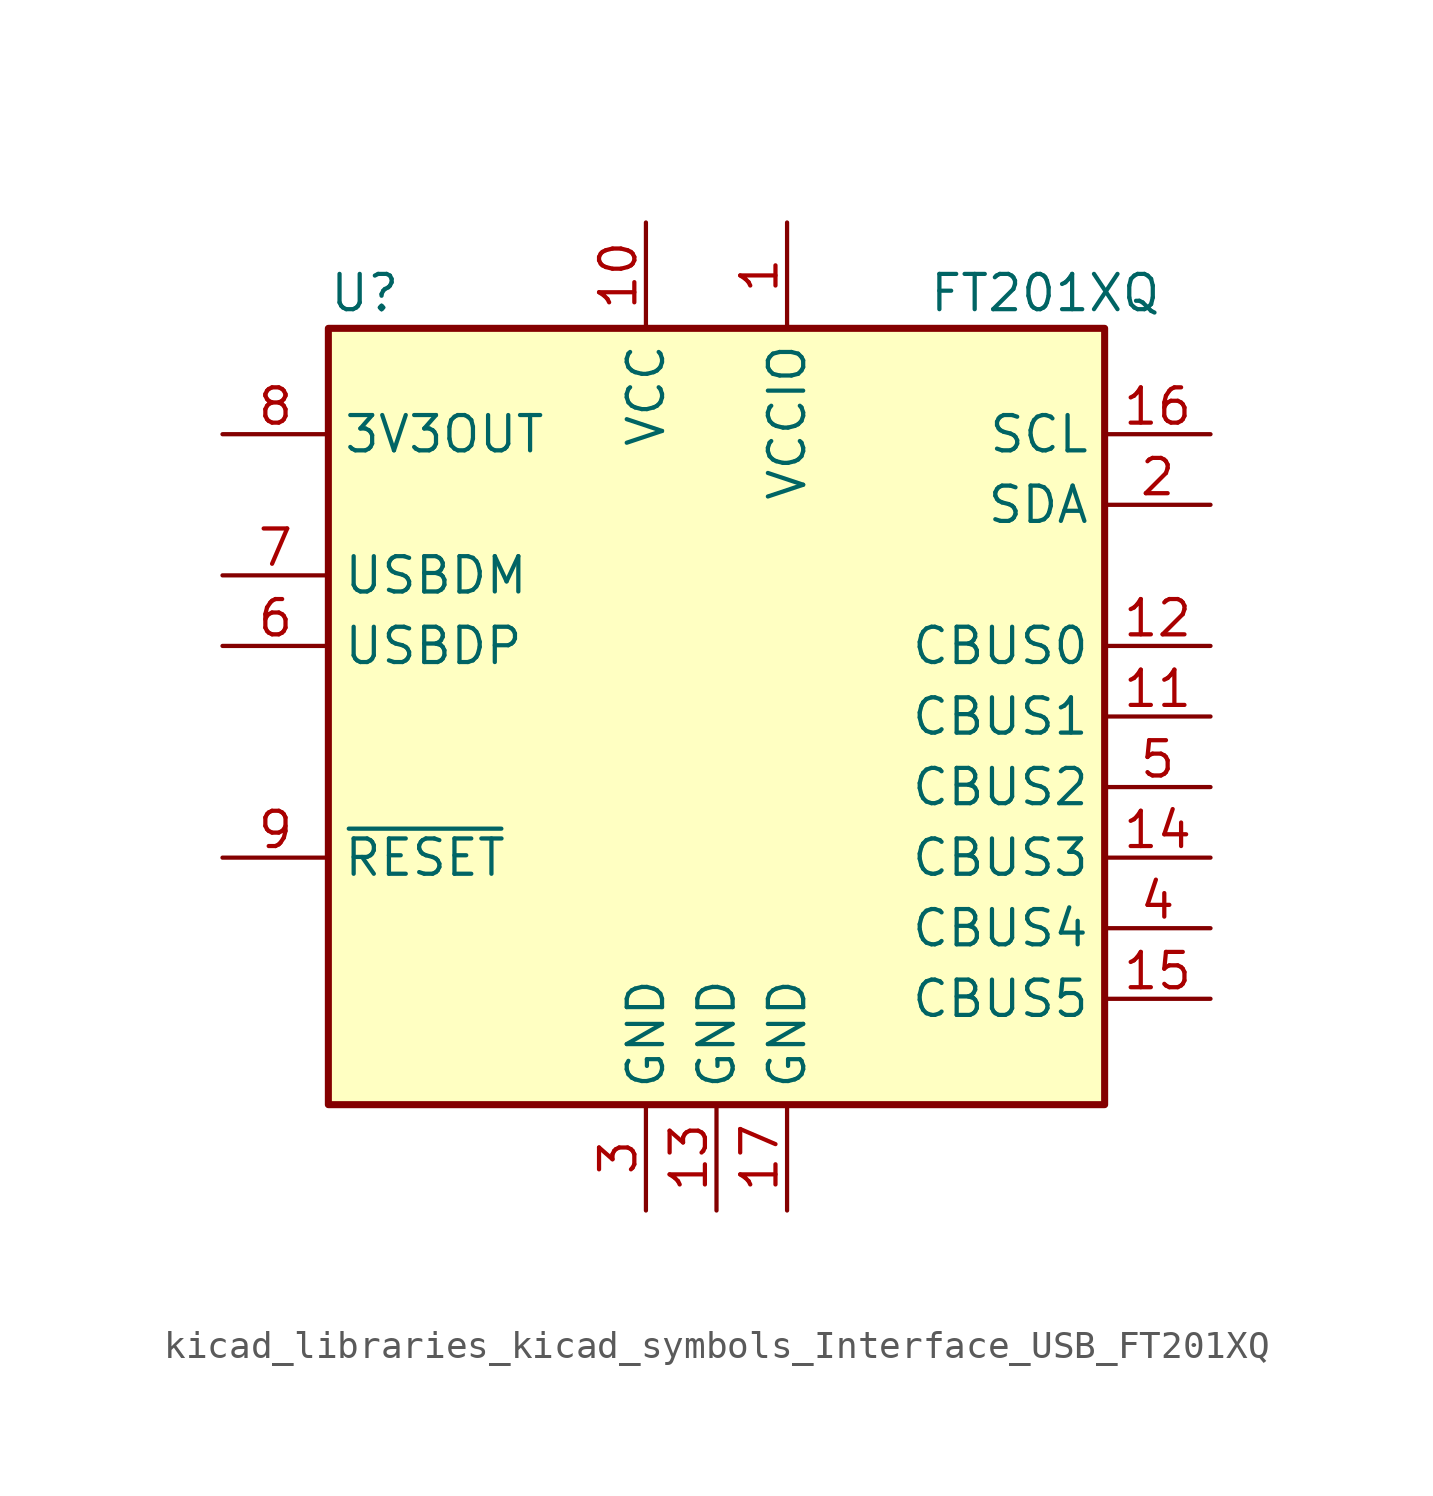
<source format=kicad_sym>
(kicad_symbol_lib
  (version 20220914)
  (generator kicad_symbol_editor)
  (symbol "kicad_libraries_kicad_symbols_Interface_USB_FT201XQ"
    (property "Reference" "U"
      (at -13.97 15.24 0)
      (effects (font (size 1.27 1.27)) (justify left)))
    (property "Value" "FT201XQ"
      (at 7.62 15.24 0)
      (effects (font (size 1.27 1.27)) (justify left)))
    (symbol "kicad_libraries_kicad_symbols_Interface_USB_FT201XQ_0_1"
      (rectangle (start -13.97 13.97) (end 13.97 -13.97) (stroke (width 0.254) (type default)) (fill (type background))))
    (symbol "kicad_libraries_kicad_symbols_Interface_USB_FT201XQ_1_1"
      (pin power_in line (at 2.54 17.78 270) (length 3.81) (name "VCCIO" (effects (font (size 1.27 1.27)))) (number "1" (effects (font (size 1.27 1.27)))))
      (pin power_in line (at -2.54 17.78 270) (length 3.81) (name "VCC" (effects (font (size 1.27 1.27)))) (number "10" (effects (font (size 1.27 1.27)))))
      (pin bidirectional line (at 17.78 0 180) (length 3.81) (name "CBUS1" (effects (font (size 1.27 1.27)))) (number "11" (effects (font (size 1.27 1.27)))))
      (pin bidirectional line (at 17.78 2.54 180) (length 3.81) (name "CBUS0" (effects (font (size 1.27 1.27)))) (number "12" (effects (font (size 1.27 1.27)))))
      (pin power_in line (at 0 -17.78 90) (length 3.81) (name "GND" (effects (font (size 1.27 1.27)))) (number "13" (effects (font (size 1.27 1.27)))))
      (pin bidirectional line (at 17.78 -5.08 180) (length 3.81) (name "CBUS3" (effects (font (size 1.27 1.27)))) (number "14" (effects (font (size 1.27 1.27)))))
      (pin bidirectional line (at 17.78 -10.16 180) (length 3.81) (name "CBUS5" (effects (font (size 1.27 1.27)))) (number "15" (effects (font (size 1.27 1.27)))))
      (pin input line (at 17.78 10.16 180) (length 3.81) (name "SCL" (effects (font (size 1.27 1.27)))) (number "16" (effects (font (size 1.27 1.27)))))
      (pin power_in line (at 2.54 -17.78 90) (length 3.81) (name "GND" (effects (font (size 1.27 1.27)))) (number "17" (effects (font (size 1.27 1.27)))))
      (pin bidirectional line (at 17.78 7.62 180) (length 3.81) (name "SDA" (effects (font (size 1.27 1.27)))) (number "2" (effects (font (size 1.27 1.27)))))
      (pin power_in line (at -2.54 -17.78 90) (length 3.81) (name "GND" (effects (font (size 1.27 1.27)))) (number "3" (effects (font (size 1.27 1.27)))))
      (pin bidirectional line (at 17.78 -7.62 180) (length 3.81) (name "CBUS4" (effects (font (size 1.27 1.27)))) (number "4" (effects (font (size 1.27 1.27)))))
      (pin bidirectional line (at 17.78 -2.54 180) (length 3.81) (name "CBUS2" (effects (font (size 1.27 1.27)))) (number "5" (effects (font (size 1.27 1.27)))))
      (pin bidirectional line (at -17.78 2.54 0) (length 3.81) (name "USBDP" (effects (font (size 1.27 1.27)))) (number "6" (effects (font (size 1.27 1.27)))))
      (pin bidirectional line (at -17.78 5.08 0) (length 3.81) (name "USBDM" (effects (font (size 1.27 1.27)))) (number "7" (effects (font (size 1.27 1.27)))))
      (pin power_out line (at -17.78 10.16 0) (length 3.81) (name "3V3OUT" (effects (font (size 1.27 1.27)))) (number "8" (effects (font (size 1.27 1.27)))))
      (pin input line (at -17.78 -5.08 0) (length 3.81) (name "~{RESET}" (effects (font (size 1.27 1.27)))) (number "9" (effects (font (size 1.27 1.27))))))))
</source>
